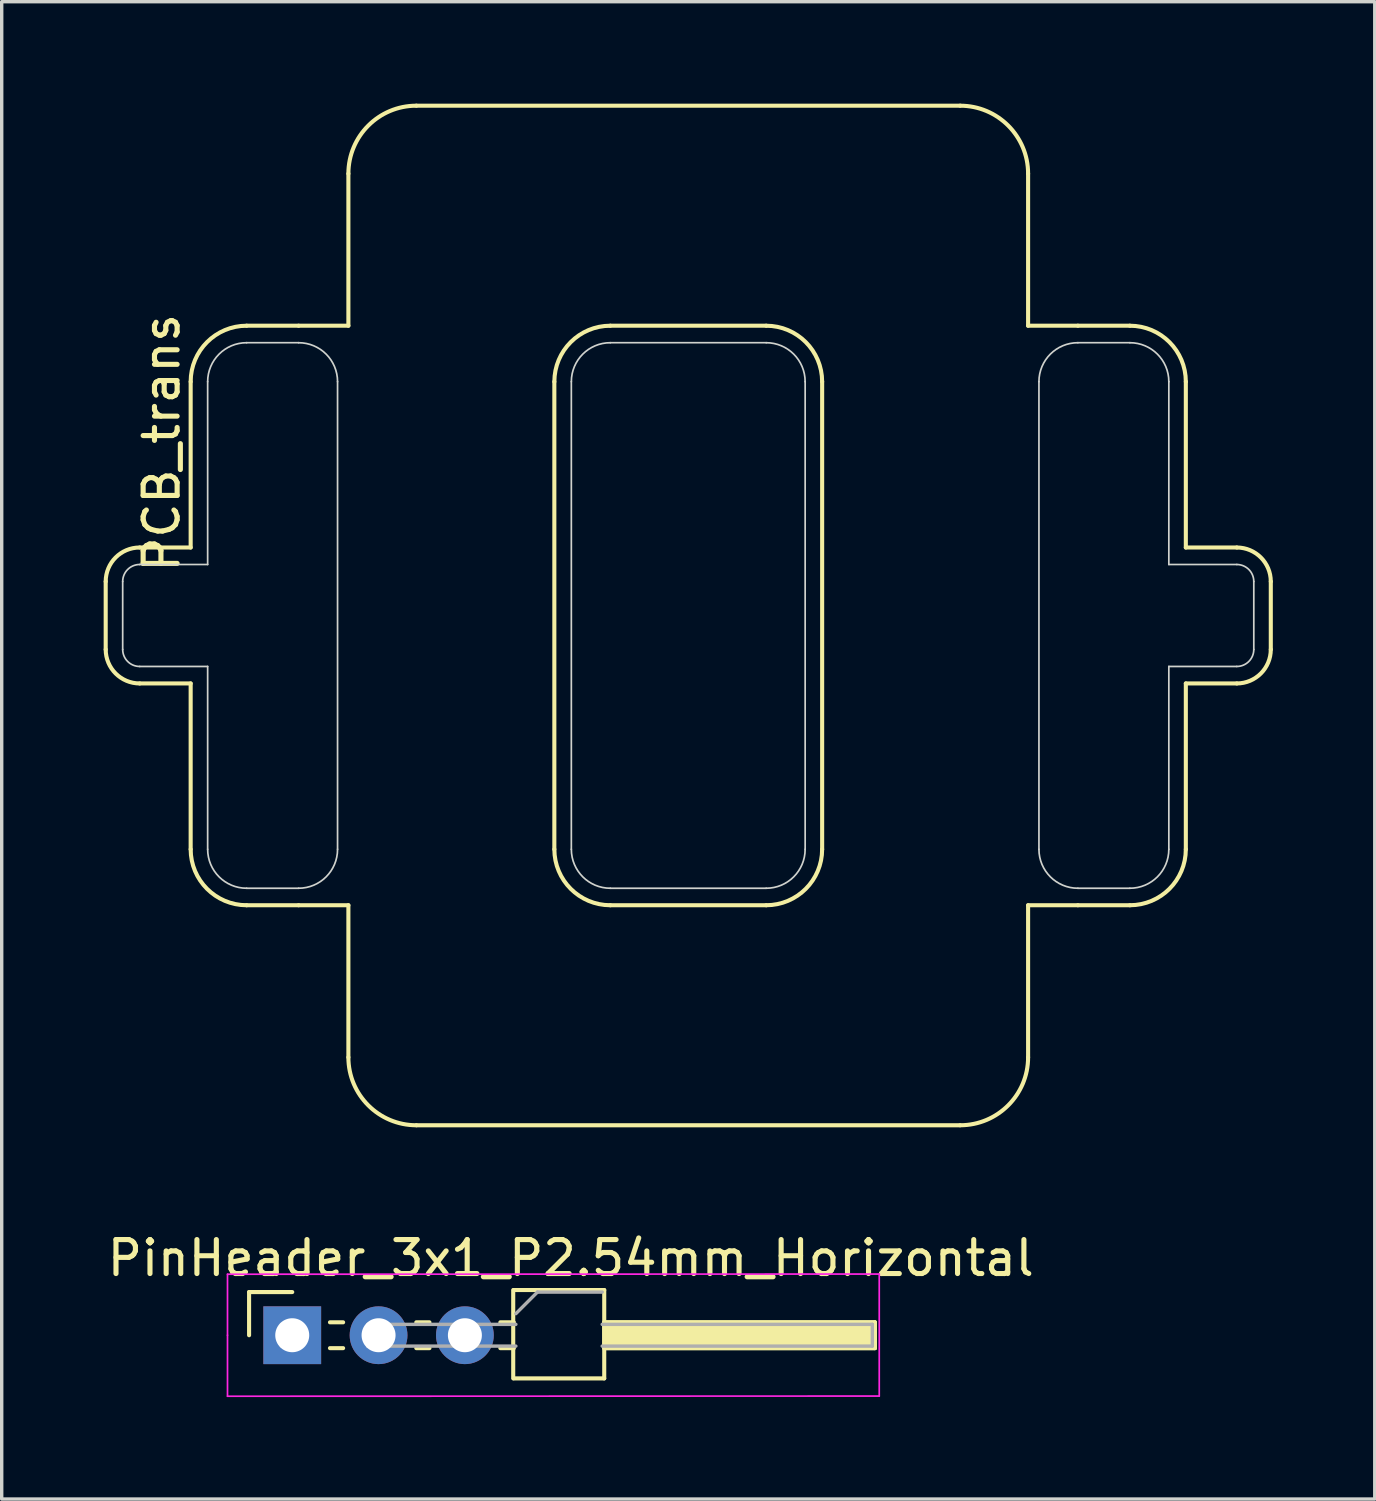
<source format=kicad_pcb>
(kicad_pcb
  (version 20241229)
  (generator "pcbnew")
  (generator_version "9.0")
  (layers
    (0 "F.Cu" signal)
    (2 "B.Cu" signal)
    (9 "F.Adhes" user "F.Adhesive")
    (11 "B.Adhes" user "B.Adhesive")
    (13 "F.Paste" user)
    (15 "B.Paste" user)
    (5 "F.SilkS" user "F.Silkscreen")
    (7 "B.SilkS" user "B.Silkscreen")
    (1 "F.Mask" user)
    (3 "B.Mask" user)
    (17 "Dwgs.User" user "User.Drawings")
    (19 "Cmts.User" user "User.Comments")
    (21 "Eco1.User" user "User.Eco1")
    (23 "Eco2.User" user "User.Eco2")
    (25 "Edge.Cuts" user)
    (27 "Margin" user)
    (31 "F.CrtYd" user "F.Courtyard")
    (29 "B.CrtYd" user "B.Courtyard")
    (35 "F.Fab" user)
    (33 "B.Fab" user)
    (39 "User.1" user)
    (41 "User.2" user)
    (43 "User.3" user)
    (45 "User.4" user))
  (footprint "PinHeader_3x1_P2.54mm_Horizontal"
    (layer "F.Cu")
    (at 8.089 36.238)
    (property "Reference" "PinHeader_3x1_P2.54mm_Horizontal" (at 5.655 -2.27 0) (layer "F.SilkS") (effects (font (size 1 1) (thickness 0.15))))
    (attr through_hole)
    (fp_line (start -3.81 -1.27) (end -2.54 -1.27) (stroke (width 0.12) (type solid)) (layer "F.SilkS"))
    (fp_line (start -3.81 0) (end -3.81 -1.27) (stroke (width 0.12) (type solid)) (layer "F.SilkS"))
    (fp_line (start -1.43 -0.38) (end -1.043 -0.38) (stroke (width 0.12) (type solid)) (layer "F.SilkS"))
    (fp_line (start -1.43 0.38) (end -1.043 0.38) (stroke (width 0.12) (type solid)) (layer "F.SilkS"))
    (fp_line (start 1.11 -0.38) (end 1.497 -0.38) (stroke (width 0.12) (type solid)) (layer "F.SilkS"))
    (fp_line (start 1.11 0.38) (end 1.497 0.38) (stroke (width 0.12) (type solid)) (layer "F.SilkS"))
    (fp_line (start 3.583 -0.38) (end 3.98 -0.38) (stroke (width 0.12) (type solid)) (layer "F.SilkS"))
    (fp_line (start 3.583 0.38) (end 3.98 0.38) (stroke (width 0.12) (type solid)) (layer "F.SilkS"))
    (fp_line (start 3.962 1.27) (end 3.962 -1.33) (stroke (width 0.12) (type solid)) (layer "F.SilkS"))
    (fp_line (start 3.98 1.27) (end 6.64 1.27) (stroke (width 0.12) (type solid)) (layer "F.SilkS"))
    (fp_line (start 6.64 -1.33) (end 3.98 -1.33) (stroke (width 0.12) (type solid)) (layer "F.SilkS"))
    (fp_line (start 6.64 -0.38) (end 14.605 -0.38) (stroke (width 0.12) (type solid)) (layer "F.SilkS"))
    (fp_line (start 6.64 1.27) (end 6.64 -1.33) (stroke (width 0.12) (type solid)) (layer "F.SilkS"))
    (fp_line (start 14.605 -0.38) (end 14.605 0.38) (stroke (width 0.12) (type solid)) (layer "F.SilkS"))
    (fp_line (start 14.605 0.38) (end 6.64 0.38) (stroke (width 0.12) (type solid)) (layer "F.SilkS"))
    (fp_rect (start 6.64 -0.38) (end 14.605 0.38) (stroke (width 0.12) (type solid)) (fill yes) (layer "F.SilkS"))
    (fp_line (start -4.445 -1.795) (end -4.445 0) (stroke (width 0.05) (type solid)) (layer "F.CrtYd"))
    (fp_line (start -4.445 1.795) (end -4.445 0) (stroke (width 0.05) (type solid)) (layer "F.CrtYd"))
    (fp_line (start -4.445 1.795) (end 14.732 1.79) (stroke (width 0.05) (type solid)) (layer "F.CrtYd"))
    (fp_line (start 14.732 -1.8) (end -4.445 -1.795) (stroke (width 0.05) (type solid)) (layer "F.CrtYd"))
    (fp_line (start 14.732 1.79) (end 14.732 -1.8) (stroke (width 0.05) (type solid)) (layer "F.CrtYd"))
    (fp_line (start -2.86 -0.32) (end -2.86 0.32) (stroke (width 0.1) (type solid)) (layer "F.Fab"))
    (fp_line (start -0.32 -0.32) (end -0.32 0.32) (stroke (width 0.1) (type solid)) (layer "F.Fab"))
    (fp_line (start -0.32 -0.32) (end 4.04 -0.32) (stroke (width 0.1) (type solid)) (layer "F.Fab"))
    (fp_line (start -0.32 0.32) (end 4.04 0.32) (stroke (width 0.1) (type solid)) (layer "F.Fab"))
    (fp_line (start 4.04 -0.635) (end 4.675 -1.27) (stroke (width 0.1) (type solid)) (layer "F.Fab"))
    (fp_line (start 4.675 -1.27) (end 6.58 -1.27) (stroke (width 0.1) (type solid)) (layer "F.Fab"))
    (fp_line (start 6.58 -0.32) (end 14.529 -0.32) (stroke (width 0.1) (type solid)) (layer "F.Fab"))
    (fp_line (start 6.58 0.32) (end 14.529 0.32) (stroke (width 0.1) (type solid)) (layer "F.Fab"))
    (fp_line (start 14.529 -0.32) (end 14.529 0.32) (stroke (width 0.1) (type solid)) (layer "F.Fab"))
    (pad "1" thru_hole rect (at -2.54 0) (size 1.7 1.7) (drill 1) (layers "*.Cu" "*.Mask"))
    (pad "2" thru_hole oval (at 0 0) (size 1.7 1.7) (drill 1) (layers "*.Cu" "*.Mask"))
    (pad "3" thru_hole oval (at 2.54 0) (size 1.7 1.7) (drill 1) (layers "*.Cu" "*.Mask")))
  (footprint "PCB_trans"
    (layer "F.Cu")
    (at 17.201 15.06)
    (property "Reference" "PCB_trans" (at -15.494 -5.08 90) (layer "F.SilkS") (effects (font (size 1 1) (thickness 0.15))))
    (attr through_hole)
    (fp_line (start -17.141 -1) (end -17.141 1) (stroke (width 0.12) (type solid)) (layer "F.SilkS"))
    (fp_line (start -16.141 2) (end -14.641 2) (stroke (width 0.12) (type solid)) (layer "F.SilkS"))
    (fp_line (start -14.641 -6.879) (end -14.641 -2) (stroke (width 0.12) (type solid)) (layer "F.SilkS"))
    (fp_line (start -14.641 -2) (end -16.141 -2) (stroke (width 0.12) (type solid)) (layer "F.SilkS"))
    (fp_line (start -14.641 2) (end -14.641 6.879) (stroke (width 0.12) (type solid)) (layer "F.SilkS"))
    (fp_line (start -12.994 -8.526) (end -11.465 -8.526) (stroke (width 0.12) (type solid)) (layer "F.SilkS"))
    (fp_line (start -12.994 8.526) (end -11.465 8.526) (stroke (width 0.12) (type solid)) (layer "F.SilkS"))
    (fp_line (start -11.465 -8.526) (end -10 -8.526) (stroke (width 0.12) (type solid)) (layer "F.SilkS"))
    (fp_line (start -11.465 8.526) (end -10 8.526) (stroke (width 0.12) (type solid)) (layer "F.SilkS"))
    (fp_line (start -10 -13) (end -10 -8.526) (stroke (width 0.12) (type solid)) (layer "F.SilkS"))
    (fp_line (start -10 8.526) (end -10 13) (stroke (width 0.12) (type solid)) (layer "F.SilkS"))
    (fp_line (start -8 -15) (end 8 -15) (stroke (width 0.12) (type solid)) (layer "F.SilkS"))
    (fp_line (start -8 15) (end 8 15) (stroke (width 0.12) (type solid)) (layer "F.SilkS"))
    (fp_line (start -3.94 -6.879) (end -3.94 6.879) (stroke (width 0.12) (type solid)) (layer "F.SilkS"))
    (fp_line (start -2.293 -8.526) (end 2.293 -8.526) (stroke (width 0.12) (type solid)) (layer "F.SilkS"))
    (fp_line (start -2.293 8.526) (end 2.293 8.526) (stroke (width 0.12) (type solid)) (layer "F.SilkS"))
    (fp_line (start 3.94 6.879) (end 3.94 -6.879) (stroke (width 0.12) (type solid)) (layer "F.SilkS"))
    (fp_line (start 10 -13) (end 10 -8.526) (stroke (width 0.12) (type solid)) (layer "F.SilkS"))
    (fp_line (start 10 8.526) (end 10 13) (stroke (width 0.12) (type solid)) (layer "F.SilkS"))
    (fp_line (start 11.465 -8.526) (end 10 -8.526) (stroke (width 0.12) (type solid)) (layer "F.SilkS"))
    (fp_line (start 11.465 -8.526) (end 12.994 -8.526) (stroke (width 0.12) (type solid)) (layer "F.SilkS"))
    (fp_line (start 11.465 8.526) (end 10 8.526) (stroke (width 0.12) (type solid)) (layer "F.SilkS"))
    (fp_line (start 11.465 8.526) (end 12.994 8.526) (stroke (width 0.12) (type solid)) (layer "F.SilkS"))
    (fp_line (start 14.641 -2) (end 14.641 -6.879) (stroke (width 0.12) (type solid)) (layer "F.SilkS"))
    (fp_line (start 14.641 -2) (end 16.141 -2) (stroke (width 0.12) (type solid)) (layer "F.SilkS"))
    (fp_line (start 14.641 6.879) (end 14.641 2) (stroke (width 0.12) (type solid)) (layer "F.SilkS"))
    (fp_line (start 16.141 2) (end 14.641 2) (stroke (width 0.12) (type solid)) (layer "F.SilkS"))
    (fp_line (start 17.141 -1) (end 17.141 1) (stroke (width 0.12) (type solid)) (layer "F.SilkS"))
    (fp_arc (start -17.140692 -1) (mid -16.847799 -1.707107) (end -16.140692 -2) (stroke (width 0.12) (type solid)) (layer "F.SilkS"))
    (fp_arc (start -16.140693 2) (mid -16.847799 1.707106) (end -17.140692 0.999999) (stroke (width 0.12) (type solid)) (layer "F.SilkS"))
    (fp_arc (start -14.640693 -6.879255) (mid -14.158432 -8.043537) (end -12.99415 -8.525798) (stroke (width 0.12) (type solid)) (layer "F.SilkS"))
    (fp_arc (start -12.99415 8.525797) (mid -14.158431 8.043536) (end -14.640692 6.879255) (stroke (width 0.12) (type solid)) (layer "F.SilkS"))
    (fp_arc (start -10 -13) (mid -9.414214 -14.414214) (end -8 -15) (stroke (width 0.12) (type solid)) (layer "F.SilkS"))
    (fp_arc (start -8 15) (mid -9.414214 14.414214) (end -10 13) (stroke (width 0.12) (type solid)) (layer "F.SilkS"))
    (fp_arc (start -3.939628 -6.879255) (mid -3.457367 -8.043537) (end -2.293085 -8.525798) (stroke (width 0.12) (type solid)) (layer "F.SilkS"))
    (fp_arc (start -2.293085 8.525797) (mid -3.457366 8.043536) (end -3.939627 6.879255) (stroke (width 0.12) (type solid)) (layer "F.SilkS"))
    (fp_arc (start 2.293085 -8.525797) (mid 3.457366 -8.043536) (end 3.939627 -6.879255) (stroke (width 0.12) (type solid)) (layer "F.SilkS"))
    (fp_arc (start 3.939628 6.879255) (mid 3.457367 8.043537) (end 2.293085 8.525798) (stroke (width 0.12) (type solid)) (layer "F.SilkS"))
    (fp_arc (start 8 -15) (mid 9.414214 -14.414214) (end 10 -13) (stroke (width 0.12) (type solid)) (layer "F.SilkS"))
    (fp_arc (start 10 13) (mid 9.414214 14.414214) (end 8 15) (stroke (width 0.12) (type solid)) (layer "F.SilkS"))
    (fp_arc (start 12.99415 -8.525797) (mid 14.158431 -8.043536) (end 14.640692 -6.879255) (stroke (width 0.12) (type solid)) (layer "F.SilkS"))
    (fp_arc (start 14.640693 6.879255) (mid 14.158432 8.043537) (end 12.99415 8.525798) (stroke (width 0.12) (type solid)) (layer "F.SilkS"))
    (fp_arc (start 16.140692 -2) (mid 16.847799 -1.707107) (end 17.140692 -1) (stroke (width 0.12) (type solid)) (layer "F.SilkS"))
    (fp_arc (start 17.140692 1) (mid 16.847799 1.707107) (end 16.140692 2) (stroke (width 0.12) (type solid)) (layer "F.SilkS"))
    (fp_line (start -16.641 -1) (end -16.641 1) (stroke (width 0.05) (type solid)) (layer "Edge.Cuts"))
    (fp_line (start -16.141 1.5) (end -14.141 1.5) (stroke (width 0.05) (type solid)) (layer "Edge.Cuts"))
    (fp_line (start -14.141 -6.879) (end -14.141 -1.5) (stroke (width 0.05) (type solid)) (layer "Edge.Cuts"))
    (fp_line (start -14.141 -1.5) (end -16.141 -1.5) (stroke (width 0.05) (type solid)) (layer "Edge.Cuts"))
    (fp_line (start -14.141 1.5) (end -14.141 6.879) (stroke (width 0.05) (type solid)) (layer "Edge.Cuts"))
    (fp_line (start -12.994 -8.026) (end -11.465 -8.026) (stroke (width 0.05) (type solid)) (layer "Edge.Cuts"))
    (fp_line (start -12.994 8.026) (end -11.465 8.026) (stroke (width 0.05) (type solid)) (layer "Edge.Cuts"))
    (fp_line (start -10.319 6.879) (end -10.319 -6.879) (stroke (width 0.05) (type solid)) (layer "Edge.Cuts"))
    (fp_line (start -3.44 -6.879) (end -3.44 6.879) (stroke (width 0.05) (type solid)) (layer "Edge.Cuts"))
    (fp_line (start -2.293 -8.026) (end 2.293 -8.026) (stroke (width 0.05) (type solid)) (layer "Edge.Cuts"))
    (fp_line (start -2.293 8.026) (end 2.293 8.026) (stroke (width 0.05) (type solid)) (layer "Edge.Cuts"))
    (fp_line (start 3.44 6.879) (end 3.44 -6.879) (stroke (width 0.05) (type solid)) (layer "Edge.Cuts"))
    (fp_line (start 10.319 -6.879) (end 10.319 6.879) (stroke (width 0.05) (type solid)) (layer "Edge.Cuts"))
    (fp_line (start 11.465 -8.026) (end 12.994 -8.026) (stroke (width 0.05) (type solid)) (layer "Edge.Cuts"))
    (fp_line (start 11.465 8.026) (end 12.994 8.026) (stroke (width 0.05) (type solid)) (layer "Edge.Cuts"))
    (fp_line (start 14.141 -1.5) (end 14.141 -6.879) (stroke (width 0.05) (type solid)) (layer "Edge.Cuts"))
    (fp_line (start 14.141 -1.5) (end 16.141 -1.5) (stroke (width 0.05) (type solid)) (layer "Edge.Cuts"))
    (fp_line (start 14.141 6.879) (end 14.141 1.5) (stroke (width 0.05) (type solid)) (layer "Edge.Cuts"))
    (fp_line (start 16.141 1.5) (end 14.141 1.5) (stroke (width 0.05) (type solid)) (layer "Edge.Cuts"))
    (fp_line (start 16.641 -1) (end 16.641 1) (stroke (width 0.05) (type solid)) (layer "Edge.Cuts"))
    (fp_arc (start -16.640692 -1) (mid -16.494245 -1.353553) (end -16.140692 -1.5) (stroke (width 0.05) (type solid)) (layer "Edge.Cuts"))
    (fp_arc (start -16.140693 1.5) (mid -16.494246 1.353553) (end -16.640692 0.999999) (stroke (width 0.05) (type solid)) (layer "Edge.Cuts"))
    (fp_arc (start -14.140693 -6.879255) (mid -13.804878 -7.689983) (end -12.99415 -8.025798) (stroke (width 0.05) (type solid)) (layer "Edge.Cuts"))
    (fp_arc (start -12.99415 8.025797) (mid -13.804878 7.689983) (end -14.140692 6.879255) (stroke (width 0.05) (type solid)) (layer "Edge.Cuts"))
    (fp_arc (start -11.465426 -8.025798) (mid -10.654698 -7.689983) (end -10.318883 -6.879255) (stroke (width 0.05) (type solid)) (layer "Edge.Cuts"))
    (fp_arc (start -10.318883 6.879255) (mid -10.654698 7.689983) (end -11.465426 8.025798) (stroke (width 0.05) (type solid)) (layer "Edge.Cuts"))
    (fp_arc (start -3.439628 -6.879255) (mid -3.103813 -7.689983) (end -2.293085 -8.025798) (stroke (width 0.05) (type solid)) (layer "Edge.Cuts"))
    (fp_arc (start -2.293085 8.025797) (mid -3.103813 7.689983) (end -3.439627 6.879255) (stroke (width 0.05) (type solid)) (layer "Edge.Cuts"))
    (fp_arc (start 2.293085 -8.025797) (mid 3.103813 -7.689983) (end 3.439627 -6.879255) (stroke (width 0.05) (type solid)) (layer "Edge.Cuts"))
    (fp_arc (start 3.439628 6.879255) (mid 3.103813 7.689983) (end 2.293085 8.025798) (stroke (width 0.05) (type solid)) (layer "Edge.Cuts"))
    (fp_arc (start 10.318883 -6.879255) (mid 10.654698 -7.689983) (end 11.465426 -8.025798) (stroke (width 0.05) (type solid)) (layer "Edge.Cuts"))
    (fp_arc (start 11.465426 8.025798) (mid 10.654698 7.689983) (end 10.318883 6.879255) (stroke (width 0.05) (type solid)) (layer "Edge.Cuts"))
    (fp_arc (start 12.99415 -8.025797) (mid 13.804878 -7.689983) (end 14.140692 -6.879255) (stroke (width 0.05) (type solid)) (layer "Edge.Cuts"))
    (fp_arc (start 14.140693 6.879255) (mid 13.804878 7.689983) (end 12.99415 8.025798) (stroke (width 0.05) (type solid)) (layer "Edge.Cuts"))
    (fp_arc (start 16.140692 -1.5) (mid 16.494245 -1.353553) (end 16.640692 -1) (stroke (width 0.05) (type solid)) (layer "Edge.Cuts"))
    (fp_arc (start 16.640692 1) (mid 16.494245 1.353553) (end 16.140692 1.5) (stroke (width 0.05) (type solid)) (layer "Edge.Cuts")))
  (gr_rect
    (start -3 -3)
    (end 37.401 41.058)
    (stroke (width 0.1) (type default))
    (fill no)
    (layer "Edge.Cuts")))
</source>
